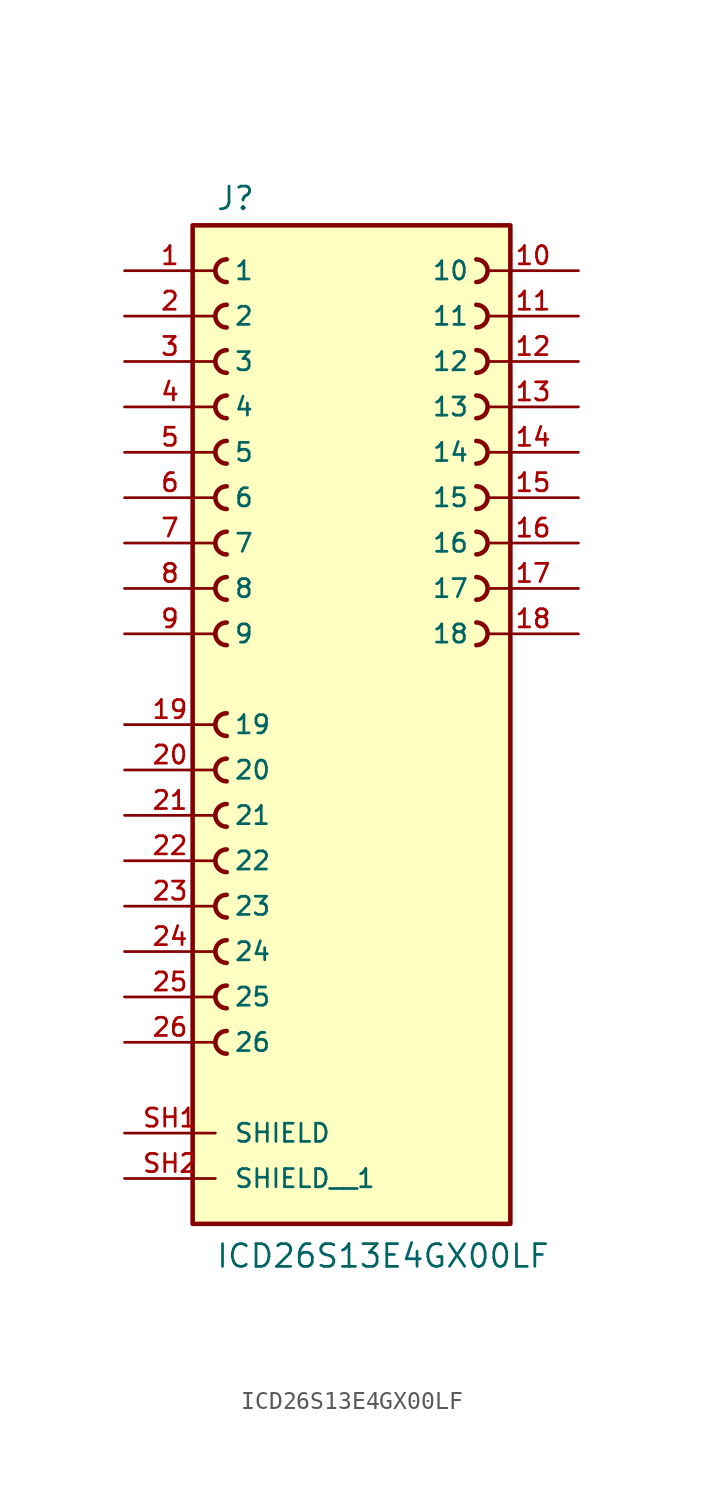
<source format=kicad_sym>
(kicad_symbol_lib
  (version 20211014)
  (generator kicad_symbol_editor)
  (symbol "ICD26S13E4GX00LF"
    (pin_names
      (offset 1.016))
    (property "Reference" "J"
      (at -7.62 26.162 0)
      (effects (font (size 1.27 1.27)) (justify bottom left)))
    (property "Value" "ICD26S13E4GX00LF"
      (at -7.62 -33.02 0)
      (effects (font (size 1.27 1.27)) (justify bottom left)))
    (symbol "ICD26S13E4GX00LF_0_0"
      (arc (start -6.985 3.175) (mid -7.62 2.54) (end -6.985 1.905) (stroke (width 0.254) (type default) (color 0 0 0 0)) (fill (type none)))
      (arc (start -6.985 5.715) (mid -7.62 5.08) (end -6.985 4.445) (stroke (width 0.254) (type default) (color 0 0 0 0)) (fill (type none)))
      (arc (start -6.985 8.255) (mid -7.62 7.62) (end -6.985 6.985) (stroke (width 0.254) (type default) (color 0 0 0 0)) (fill (type none)))
      (arc (start -6.985 10.795) (mid -7.62 10.16) (end -6.985 9.525) (stroke (width 0.254) (type default) (color 0 0 0 0)) (fill (type none)))
      (arc (start -6.985 13.335) (mid -7.62 12.7) (end -6.985 12.065) (stroke (width 0.254) (type default) (color 0 0 0 0)) (fill (type none)))
      (arc (start -6.985 15.875) (mid -7.62 15.24) (end -6.985 14.605) (stroke (width 0.254) (type default) (color 0 0 0 0)) (fill (type none)))
      (arc (start -6.985 18.415) (mid -7.62 17.78) (end -6.985 17.145) (stroke (width 0.254) (type default) (color 0 0 0 0)) (fill (type none)))
      (arc (start -6.985 20.955) (mid -7.62 20.32) (end -6.985 19.685) (stroke (width 0.254) (type default) (color 0 0 0 0)) (fill (type none)))
      (arc (start -6.985 23.495) (mid -7.62 22.86) (end -6.985 22.225) (stroke (width 0.254) (type default) (color 0 0 0 0)) (fill (type none)))
      (arc (start 6.985 3.175) (mid 7.62 2.54) (end 6.985 1.905) (stroke (width 0.254) (type default) (color 0 0 0 0)) (fill (type none)))
      (arc (start 6.985 5.715) (mid 7.62 5.08) (end 6.985 4.445) (stroke (width 0.254) (type default) (color 0 0 0 0)) (fill (type none)))
      (arc (start 6.985 8.255) (mid 7.62 7.62) (end 6.985 6.985) (stroke (width 0.254) (type default) (color 0 0 0 0)) (fill (type none)))
      (arc (start 6.985 10.795) (mid 7.62 10.16) (end 6.985 9.525) (stroke (width 0.254) (type default) (color 0 0 0 0)) (fill (type none)))
      (arc (start 6.985 13.335) (mid 7.62 12.7) (end 6.985 12.065) (stroke (width 0.254) (type default) (color 0 0 0 0)) (fill (type none)))
      (arc (start 6.985 15.875) (mid 7.62 15.24) (end 6.985 14.605) (stroke (width 0.254) (type default) (color 0 0 0 0)) (fill (type none)))
      (arc (start 6.985 18.415) (mid 7.62 17.78) (end 6.985 17.145) (stroke (width 0.254) (type default) (color 0 0 0 0)) (fill (type none)))
      (arc (start 6.985 20.955) (mid 7.62 20.32) (end 6.985 19.685) (stroke (width 0.254) (type default) (color 0 0 0 0)) (fill (type none)))
      (arc (start 6.985 23.495) (mid 7.62 22.86) (end 6.985 22.225) (stroke (width 0.254) (type default) (color 0 0 0 0)) (fill (type none)))
      (arc (start -6.985 -19.685) (mid -7.62 -20.32) (end -6.985 -20.955) (stroke (width 0.254) (type default) (color 0 0 0 0)) (fill (type none)))
      (arc (start -6.985 -17.145) (mid -7.62 -17.78) (end -6.985 -18.415) (stroke (width 0.254) (type default) (color 0 0 0 0)) (fill (type none)))
      (arc (start -6.985 -14.605) (mid -7.62 -15.24) (end -6.985 -15.875) (stroke (width 0.254) (type default) (color 0 0 0 0)) (fill (type none)))
      (arc (start -6.985 -12.065) (mid -7.62 -12.7) (end -6.985 -13.335) (stroke (width 0.254) (type default) (color 0 0 0 0)) (fill (type none)))
      (arc (start -6.985 -9.525) (mid -7.62 -10.16) (end -6.985 -10.795) (stroke (width 0.254) (type default) (color 0 0 0 0)) (fill (type none)))
      (arc (start -6.985 -6.985) (mid -7.62 -7.62) (end -6.985 -8.255) (stroke (width 0.254) (type default) (color 0 0 0 0)) (fill (type none)))
      (arc (start -6.985 -4.445) (mid -7.62 -5.08) (end -6.985 -5.715) (stroke (width 0.254) (type default) (color 0 0 0 0)) (fill (type none)))
      (arc (start -6.985 -1.905) (mid -7.62 -2.54) (end -6.985 -3.175) (stroke (width 0.254) (type default) (color 0 0 0 0)) (fill (type none)))
      (rectangle (start -8.89 -30.48) (end 8.89 25.4) (stroke (width 0.254)) (fill (type background)))
      (pin passive line (at -12.7 22.86 0) (length 5.08) (name "1" (effects (font (size 1.016 1.016)))) (number "1" (effects (font (size 1.016 1.016)))))
      (pin passive line (at -12.7 20.32 0) (length 5.08) (name "2" (effects (font (size 1.016 1.016)))) (number "2" (effects (font (size 1.016 1.016)))))
      (pin passive line (at -12.7 17.78 0) (length 5.08) (name "3" (effects (font (size 1.016 1.016)))) (number "3" (effects (font (size 1.016 1.016)))))
      (pin passive line (at -12.7 15.24 0) (length 5.08) (name "4" (effects (font (size 1.016 1.016)))) (number "4" (effects (font (size 1.016 1.016)))))
      (pin passive line (at -12.7 12.7 0) (length 5.08) (name "5" (effects (font (size 1.016 1.016)))) (number "5" (effects (font (size 1.016 1.016)))))
      (pin passive line (at -12.7 10.16 0) (length 5.08) (name "6" (effects (font (size 1.016 1.016)))) (number "6" (effects (font (size 1.016 1.016)))))
      (pin passive line (at -12.7 7.62 0) (length 5.08) (name "7" (effects (font (size 1.016 1.016)))) (number "7" (effects (font (size 1.016 1.016)))))
      (pin passive line (at -12.7 5.08 0) (length 5.08) (name "8" (effects (font (size 1.016 1.016)))) (number "8" (effects (font (size 1.016 1.016)))))
      (pin passive line (at -12.7 2.54 0) (length 5.08) (name "9" (effects (font (size 1.016 1.016)))) (number "9" (effects (font (size 1.016 1.016)))))
      (pin passive line (at 12.7 22.86 180.0) (length 5.08) (name "10" (effects (font (size 1.016 1.016)))) (number "10" (effects (font (size 1.016 1.016)))))
      (pin passive line (at 12.7 20.32 180.0) (length 5.08) (name "11" (effects (font (size 1.016 1.016)))) (number "11" (effects (font (size 1.016 1.016)))))
      (pin passive line (at 12.7 17.78 180.0) (length 5.08) (name "12" (effects (font (size 1.016 1.016)))) (number "12" (effects (font (size 1.016 1.016)))))
      (pin passive line (at 12.7 15.24 180.0) (length 5.08) (name "13" (effects (font (size 1.016 1.016)))) (number "13" (effects (font (size 1.016 1.016)))))
      (pin passive line (at 12.7 12.7 180.0) (length 5.08) (name "14" (effects (font (size 1.016 1.016)))) (number "14" (effects (font (size 1.016 1.016)))))
      (pin passive line (at 12.7 10.16 180.0) (length 5.08) (name "15" (effects (font (size 1.016 1.016)))) (number "15" (effects (font (size 1.016 1.016)))))
      (pin passive line (at 12.7 7.62 180.0) (length 5.08) (name "16" (effects (font (size 1.016 1.016)))) (number "16" (effects (font (size 1.016 1.016)))))
      (pin passive line (at 12.7 5.08 180.0) (length 5.08) (name "17" (effects (font (size 1.016 1.016)))) (number "17" (effects (font (size 1.016 1.016)))))
      (pin passive line (at 12.7 2.54 180.0) (length 5.08) (name "18" (effects (font (size 1.016 1.016)))) (number "18" (effects (font (size 1.016 1.016)))))
      (pin passive line (at -12.7 -2.54 0) (length 5.08) (name "19" (effects (font (size 1.016 1.016)))) (number "19" (effects (font (size 1.016 1.016)))))
      (pin passive line (at -12.7 -5.08 0) (length 5.08) (name "20" (effects (font (size 1.016 1.016)))) (number "20" (effects (font (size 1.016 1.016)))))
      (pin passive line (at -12.7 -7.62 0) (length 5.08) (name "21" (effects (font (size 1.016 1.016)))) (number "21" (effects (font (size 1.016 1.016)))))
      (pin passive line (at -12.7 -10.16 0) (length 5.08) (name "22" (effects (font (size 1.016 1.016)))) (number "22" (effects (font (size 1.016 1.016)))))
      (pin passive line (at -12.7 -12.7 0) (length 5.08) (name "23" (effects (font (size 1.016 1.016)))) (number "23" (effects (font (size 1.016 1.016)))))
      (pin passive line (at -12.7 -15.24 0) (length 5.08) (name "24" (effects (font (size 1.016 1.016)))) (number "24" (effects (font (size 1.016 1.016)))))
      (pin passive line (at -12.7 -17.78 0) (length 5.08) (name "25" (effects (font (size 1.016 1.016)))) (number "25" (effects (font (size 1.016 1.016)))))
      (pin passive line (at -12.7 -20.32 0) (length 5.08) (name "26" (effects (font (size 1.016 1.016)))) (number "26" (effects (font (size 1.016 1.016)))))
      (pin passive line (at -12.7 -25.4 0) (length 5.08) (name "SHIELD" (effects (font (size 1.016 1.016)))) (number "SH1" (effects (font (size 1.016 1.016)))))
      (pin passive line (at -12.7 -27.94 0) (length 5.08) (name "SHIELD__1" (effects (font (size 1.016 1.016)))) (number "SH2" (effects (font (size 1.016 1.016))))))))
</source>
